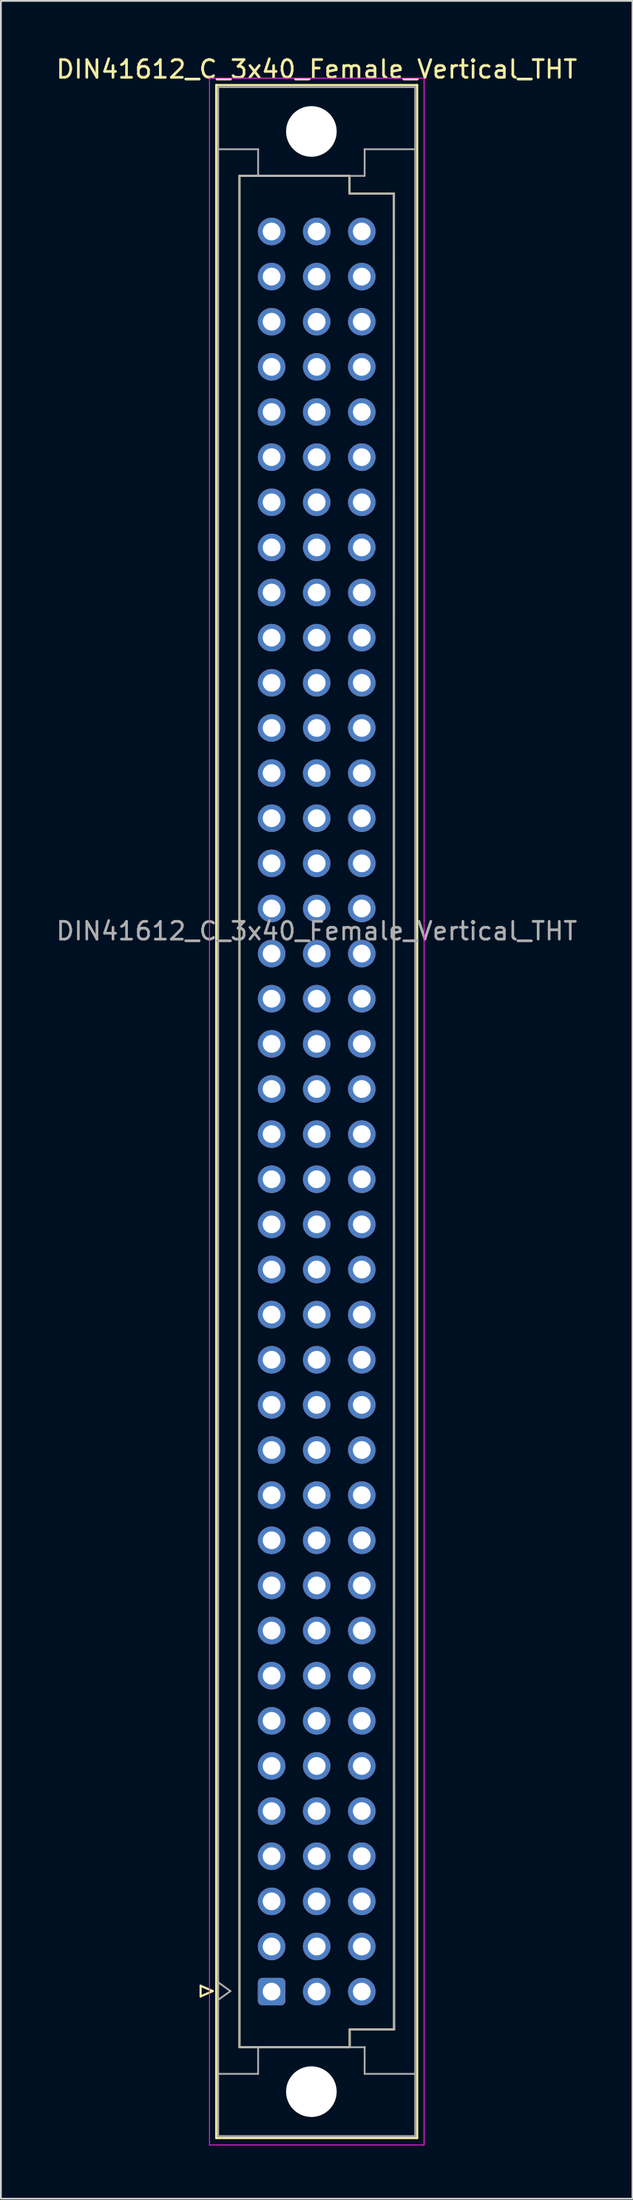
<source format=kicad_pcb>
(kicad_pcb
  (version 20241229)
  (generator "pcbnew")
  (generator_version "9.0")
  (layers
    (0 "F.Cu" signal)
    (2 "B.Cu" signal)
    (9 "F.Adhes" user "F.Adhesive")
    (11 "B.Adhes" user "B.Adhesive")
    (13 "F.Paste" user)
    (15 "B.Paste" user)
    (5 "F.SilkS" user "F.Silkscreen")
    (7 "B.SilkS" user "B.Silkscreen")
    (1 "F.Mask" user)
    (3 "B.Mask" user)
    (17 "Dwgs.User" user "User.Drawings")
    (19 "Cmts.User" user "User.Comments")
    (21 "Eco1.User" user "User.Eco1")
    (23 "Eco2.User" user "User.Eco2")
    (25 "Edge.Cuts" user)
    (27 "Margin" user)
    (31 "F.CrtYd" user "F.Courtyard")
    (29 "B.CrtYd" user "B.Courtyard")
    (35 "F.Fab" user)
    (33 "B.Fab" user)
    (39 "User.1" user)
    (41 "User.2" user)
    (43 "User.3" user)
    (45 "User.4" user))
  (footprint "DIN41612_C_3x40_Female_Vertical_THT"
    (layer "F.Cu")
    (at 12.252 9.978)
    (property "Reference" "DIN41612_C_3x40_Female_Vertical_THT" (at 2.54 -9.13 0) (layer "F.SilkS") (effects (font (size 1 1) (thickness 0.15))))
    (attr through_hole)
    (fp_line (start -4 98.73) (end -4 99.33) (stroke (width 0.12) (type solid)) (layer "F.SilkS"))
    (fp_line (start -4 99.33) (end -3.32 99.03) (stroke (width 0.12) (type solid)) (layer "F.SilkS"))
    (fp_line (start -3.32 99.03) (end -4 98.73) (stroke (width 0.12) (type solid)) (layer "F.SilkS"))
    (fp_line (start -3.12 -8.24) (end 8.2 -8.24) (stroke (width 0.12) (type solid)) (layer "F.SilkS"))
    (fp_line (start -3.12 107.3) (end -3.12 -8.24) (stroke (width 0.12) (type solid)) (layer "F.SilkS"))
    (fp_line (start -1.81 -3.131) (end 4.39 -3.131) (stroke (width 0.12) (type solid)) (layer "F.SilkS"))
    (fp_line (start -1.81 102.19) (end -1.81 -3.131) (stroke (width 0.12) (type solid)) (layer "F.SilkS"))
    (fp_line (start 4.39 -3.131) (end 4.39 -2.131) (stroke (width 0.12) (type solid)) (layer "F.SilkS"))
    (fp_line (start 4.39 -2.131) (end 6.89 -2.131) (stroke (width 0.12) (type solid)) (layer "F.SilkS"))
    (fp_line (start 4.39 102.19) (end -1.81 102.19) (stroke (width 0.12) (type solid)) (layer "F.SilkS"))
    (fp_line (start 4.4 101.19) (end 4.4 102.19) (stroke (width 0.12) (type solid)) (layer "F.SilkS"))
    (fp_line (start 6.89 -2.131) (end 6.9 101.19) (stroke (width 0.12) (type solid)) (layer "F.SilkS"))
    (fp_line (start 6.9 101.19) (end 4.4 101.19) (stroke (width 0.12) (type solid)) (layer "F.SilkS"))
    (fp_line (start 8.2 -8.24) (end 8.2 107.3) (stroke (width 0.12) (type solid)) (layer "F.SilkS"))
    (fp_line (start 8.2 107.3) (end -3.12 107.3) (stroke (width 0.12) (type solid)) (layer "F.SilkS"))
    (fp_line (start -3.5 -8.63) (end 8.59 -8.63) (stroke (width 0.05) (type solid)) (layer "F.CrtYd"))
    (fp_line (start -3.5 107.69) (end -3.5 -8.63) (stroke (width 0.05) (type solid)) (layer "F.CrtYd"))
    (fp_line (start 8.59 -8.63) (end 8.59 107.69) (stroke (width 0.05) (type solid)) (layer "F.CrtYd"))
    (fp_line (start 8.59 107.69) (end -3.5 107.69) (stroke (width 0.05) (type solid)) (layer "F.CrtYd"))
    (fp_line (start -3.02 98.53) (end -2.32 99.03) (stroke (width 0.1) (type solid)) (layer "F.Fab"))
    (fp_line (start -3.01 -8.13) (end 8.09 -8.13) (stroke (width 0.1) (type solid)) (layer "F.Fab"))
    (fp_line (start -3.01 -4.63) (end -0.76 -4.63) (stroke (width 0.1) (type solid)) (layer "F.Fab"))
    (fp_line (start -3.01 103.69) (end -0.76 103.69) (stroke (width 0.1) (type solid)) (layer "F.Fab"))
    (fp_line (start -3.01 107.19) (end -3.01 -8.13) (stroke (width 0.1) (type solid)) (layer "F.Fab"))
    (fp_line (start -2.32 99.03) (end -3.02 99.53) (stroke (width 0.1) (type solid)) (layer "F.Fab"))
    (fp_line (start -1.81 -3.13) (end 4.39 -3.13) (stroke (width 0.1) (type solid)) (layer "F.Fab"))
    (fp_line (start -1.81 102.19) (end -1.81 -3.13) (stroke (width 0.1) (type solid)) (layer "F.Fab"))
    (fp_line (start -0.76 -4.63) (end -0.76 -3.13) (stroke (width 0.1) (type solid)) (layer "F.Fab"))
    (fp_line (start -0.76 103.69) (end -0.76 102.19) (stroke (width 0.1) (type solid)) (layer "F.Fab"))
    (fp_line (start 4.39 -3.13) (end 4.39 -2.13) (stroke (width 0.1) (type solid)) (layer "F.Fab"))
    (fp_line (start 4.39 -3.13) (end 5.24 -3.13) (stroke (width 0.1) (type solid)) (layer "F.Fab"))
    (fp_line (start 4.39 -2.13) (end 6.89 -2.13) (stroke (width 0.1) (type solid)) (layer "F.Fab"))
    (fp_line (start 4.39 102.19) (end -1.81 102.19) (stroke (width 0.1) (type solid)) (layer "F.Fab"))
    (fp_line (start 4.4 101.19) (end 4.4 102.19) (stroke (width 0.1) (type solid)) (layer "F.Fab"))
    (fp_line (start 4.4 102.19) (end 5.25 102.19) (stroke (width 0.1) (type solid)) (layer "F.Fab"))
    (fp_line (start 5.24 -4.63) (end 8.09 -4.63) (stroke (width 0.1) (type solid)) (layer "F.Fab"))
    (fp_line (start 5.24 -3.13) (end 5.24 -4.63) (stroke (width 0.1) (type solid)) (layer "F.Fab"))
    (fp_line (start 5.24 102.18) (end 5.24 103.68) (stroke (width 0.1) (type solid)) (layer "F.Fab"))
    (fp_line (start 5.24 103.69) (end 8.09 103.69) (stroke (width 0.1) (type solid)) (layer "F.Fab"))
    (fp_line (start 6.89 -2.13) (end 6.9 101.19) (stroke (width 0.1) (type solid)) (layer "F.Fab"))
    (fp_line (start 6.9 101.19) (end 4.4 101.19) (stroke (width 0.1) (type solid)) (layer "F.Fab"))
    (fp_line (start 8.09 -8.13) (end 8.09 107.19) (stroke (width 0.1) (type solid)) (layer "F.Fab"))
    (fp_line (start 8.09 107.19) (end -3.01 107.19) (stroke (width 0.1) (type solid)) (layer "F.Fab"))
    (fp_text user "${REFERENCE}" (at 2.54 39.37 0) (layer "F.Fab") (effects (font (size 1 1) (thickness 0.15))))
    (pad "" np_thru_hole circle (at 2.24 -5.63) (size 2.85 2.85) (drill 2.85) (layers "*.Cu" "*.Mask"))
    (pad "" np_thru_hole circle (at 2.24 104.69) (size 2.85 2.85) (drill 2.85) (layers "*.Cu" "*.Mask"))
    (pad "a1" thru_hole roundrect (at 0 99.06) (size 1.55 1.55) (drill 1) (layers "*.Cu" "*.Mask") (roundrect_rratio 0.161))
    (pad "a2" thru_hole circle (at 0 96.52) (size 1.55 1.55) (drill 1) (layers "*.Cu" "*.Mask"))
    (pad "a3" thru_hole circle (at 0 93.98) (size 1.55 1.55) (drill 1) (layers "*.Cu" "*.Mask"))
    (pad "a4" thru_hole circle (at 0 91.44) (size 1.55 1.55) (drill 1) (layers "*.Cu" "*.Mask"))
    (pad "a5" thru_hole circle (at 0 88.9) (size 1.55 1.55) (drill 1) (layers "*.Cu" "*.Mask"))
    (pad "a6" thru_hole circle (at 0 86.36) (size 1.55 1.55) (drill 1) (layers "*.Cu" "*.Mask"))
    (pad "a7" thru_hole circle (at 0 83.82) (size 1.55 1.55) (drill 1) (layers "*.Cu" "*.Mask"))
    (pad "a8" thru_hole circle (at 0 81.28) (size 1.55 1.55) (drill 1) (layers "*.Cu" "*.Mask"))
    (pad "a9" thru_hole circle (at 0 78.74) (size 1.55 1.55) (drill 1) (layers "*.Cu" "*.Mask"))
    (pad "a10" thru_hole circle (at 0 76.2) (size 1.55 1.55) (drill 1) (layers "*.Cu" "*.Mask"))
    (pad "a11" thru_hole circle (at 0 73.66) (size 1.55 1.55) (drill 1) (layers "*.Cu" "*.Mask"))
    (pad "a12" thru_hole circle (at 0 71.12) (size 1.55 1.55) (drill 1) (layers "*.Cu" "*.Mask"))
    (pad "a13" thru_hole circle (at 0 68.58) (size 1.55 1.55) (drill 1) (layers "*.Cu" "*.Mask"))
    (pad "a14" thru_hole circle (at 0 66.04) (size 1.55 1.55) (drill 1) (layers "*.Cu" "*.Mask"))
    (pad "a15" thru_hole circle (at 0 63.5) (size 1.55 1.55) (drill 1) (layers "*.Cu" "*.Mask"))
    (pad "a16" thru_hole circle (at 0 60.96) (size 1.55 1.55) (drill 1) (layers "*.Cu" "*.Mask"))
    (pad "a17" thru_hole circle (at 0 58.42) (size 1.55 1.55) (drill 1) (layers "*.Cu" "*.Mask"))
    (pad "a18" thru_hole circle (at 0 55.88) (size 1.55 1.55) (drill 1) (layers "*.Cu" "*.Mask"))
    (pad "a19" thru_hole circle (at 0 53.34) (size 1.55 1.55) (drill 1) (layers "*.Cu" "*.Mask"))
    (pad "a20" thru_hole circle (at 0 50.8) (size 1.55 1.55) (drill 1) (layers "*.Cu" "*.Mask"))
    (pad "a21" thru_hole circle (at 0 48.26) (size 1.55 1.55) (drill 1) (layers "*.Cu" "*.Mask"))
    (pad "a22" thru_hole circle (at 0 45.72) (size 1.55 1.55) (drill 1) (layers "*.Cu" "*.Mask"))
    (pad "a23" thru_hole circle (at 0 43.18) (size 1.55 1.55) (drill 1) (layers "*.Cu" "*.Mask"))
    (pad "a24" thru_hole circle (at 0 40.64) (size 1.55 1.55) (drill 1) (layers "*.Cu" "*.Mask"))
    (pad "a25" thru_hole circle (at 0 38.1) (size 1.55 1.55) (drill 1) (layers "*.Cu" "*.Mask"))
    (pad "a26" thru_hole circle (at 0 35.56) (size 1.55 1.55) (drill 1) (layers "*.Cu" "*.Mask"))
    (pad "a27" thru_hole circle (at 0 33.02) (size 1.55 1.55) (drill 1) (layers "*.Cu" "*.Mask"))
    (pad "a28" thru_hole circle (at 0 30.48) (size 1.55 1.55) (drill 1) (layers "*.Cu" "*.Mask"))
    (pad "a29" thru_hole circle (at 0 27.94) (size 1.55 1.55) (drill 1) (layers "*.Cu" "*.Mask"))
    (pad "a30" thru_hole circle (at 0 25.4) (size 1.55 1.55) (drill 1) (layers "*.Cu" "*.Mask"))
    (pad "a31" thru_hole circle (at 0 22.86) (size 1.55 1.55) (drill 1) (layers "*.Cu" "*.Mask"))
    (pad "a32" thru_hole circle (at 0 20.32) (size 1.55 1.55) (drill 1) (layers "*.Cu" "*.Mask"))
    (pad "a33" thru_hole circle (at 0 17.78) (size 1.55 1.55) (drill 1) (layers "*.Cu" "*.Mask"))
    (pad "a34" thru_hole circle (at 0 15.24) (size 1.55 1.55) (drill 1) (layers "*.Cu" "*.Mask"))
    (pad "a35" thru_hole circle (at 0 12.7) (size 1.55 1.55) (drill 1) (layers "*.Cu" "*.Mask"))
    (pad "a36" thru_hole circle (at 0 10.16) (size 1.55 1.55) (drill 1) (layers "*.Cu" "*.Mask"))
    (pad "a37" thru_hole circle (at 0 7.62) (size 1.55 1.55) (drill 1) (layers "*.Cu" "*.Mask"))
    (pad "a38" thru_hole circle (at 0 5.08) (size 1.55 1.55) (drill 1) (layers "*.Cu" "*.Mask"))
    (pad "a39" thru_hole circle (at 0 2.54) (size 1.55 1.55) (drill 1) (layers "*.Cu" "*.Mask"))
    (pad "a40" thru_hole circle (at 0 0) (size 1.55 1.55) (drill 1) (layers "*.Cu" "*.Mask"))
    (pad "b1" thru_hole circle (at 2.54 99.06) (size 1.55 1.55) (drill 1) (layers "*.Cu" "*.Mask"))
    (pad "b2" thru_hole circle (at 2.54 96.52) (size 1.55 1.55) (drill 1) (layers "*.Cu" "*.Mask"))
    (pad "b3" thru_hole circle (at 2.54 93.98) (size 1.55 1.55) (drill 1) (layers "*.Cu" "*.Mask"))
    (pad "b4" thru_hole circle (at 2.54 91.44) (size 1.55 1.55) (drill 1) (layers "*.Cu" "*.Mask"))
    (pad "b5" thru_hole circle (at 2.54 88.9) (size 1.55 1.55) (drill 1) (layers "*.Cu" "*.Mask"))
    (pad "b6" thru_hole circle (at 2.54 86.36) (size 1.55 1.55) (drill 1) (layers "*.Cu" "*.Mask"))
    (pad "b7" thru_hole circle (at 2.54 83.82) (size 1.55 1.55) (drill 1) (layers "*.Cu" "*.Mask"))
    (pad "b8" thru_hole circle (at 2.54 81.28) (size 1.55 1.55) (drill 1) (layers "*.Cu" "*.Mask"))
    (pad "b9" thru_hole circle (at 2.54 78.74) (size 1.55 1.55) (drill 1) (layers "*.Cu" "*.Mask"))
    (pad "b10" thru_hole circle (at 2.54 76.2) (size 1.55 1.55) (drill 1) (layers "*.Cu" "*.Mask"))
    (pad "b11" thru_hole circle (at 2.54 73.66) (size 1.55 1.55) (drill 1) (layers "*.Cu" "*.Mask"))
    (pad "b12" thru_hole circle (at 2.54 71.12) (size 1.55 1.55) (drill 1) (layers "*.Cu" "*.Mask"))
    (pad "b13" thru_hole circle (at 2.54 68.58) (size 1.55 1.55) (drill 1) (layers "*.Cu" "*.Mask"))
    (pad "b14" thru_hole circle (at 2.54 66.04) (size 1.55 1.55) (drill 1) (layers "*.Cu" "*.Mask"))
    (pad "b15" thru_hole circle (at 2.54 63.5) (size 1.55 1.55) (drill 1) (layers "*.Cu" "*.Mask"))
    (pad "b16" thru_hole circle (at 2.54 60.96) (size 1.55 1.55) (drill 1) (layers "*.Cu" "*.Mask"))
    (pad "b17" thru_hole circle (at 2.54 58.42) (size 1.55 1.55) (drill 1) (layers "*.Cu" "*.Mask"))
    (pad "b18" thru_hole circle (at 2.54 55.88) (size 1.55 1.55) (drill 1) (layers "*.Cu" "*.Mask"))
    (pad "b19" thru_hole circle (at 2.54 53.34) (size 1.55 1.55) (drill 1) (layers "*.Cu" "*.Mask"))
    (pad "b20" thru_hole circle (at 2.54 50.8) (size 1.55 1.55) (drill 1) (layers "*.Cu" "*.Mask"))
    (pad "b21" thru_hole circle (at 2.54 48.26) (size 1.55 1.55) (drill 1) (layers "*.Cu" "*.Mask"))
    (pad "b22" thru_hole circle (at 2.54 45.72) (size 1.55 1.55) (drill 1) (layers "*.Cu" "*.Mask"))
    (pad "b23" thru_hole circle (at 2.54 43.18) (size 1.55 1.55) (drill 1) (layers "*.Cu" "*.Mask"))
    (pad "b24" thru_hole circle (at 2.54 40.64) (size 1.55 1.55) (drill 1) (layers "*.Cu" "*.Mask"))
    (pad "b25" thru_hole circle (at 2.54 38.1) (size 1.55 1.55) (drill 1) (layers "*.Cu" "*.Mask"))
    (pad "b26" thru_hole circle (at 2.54 35.56) (size 1.55 1.55) (drill 1) (layers "*.Cu" "*.Mask"))
    (pad "b27" thru_hole circle (at 2.54 33.02) (size 1.55 1.55) (drill 1) (layers "*.Cu" "*.Mask"))
    (pad "b28" thru_hole circle (at 2.54 30.48) (size 1.55 1.55) (drill 1) (layers "*.Cu" "*.Mask"))
    (pad "b29" thru_hole circle (at 2.54 27.94) (size 1.55 1.55) (drill 1) (layers "*.Cu" "*.Mask"))
    (pad "b30" thru_hole circle (at 2.54 25.4) (size 1.55 1.55) (drill 1) (layers "*.Cu" "*.Mask"))
    (pad "b31" thru_hole circle (at 2.54 22.86) (size 1.55 1.55) (drill 1) (layers "*.Cu" "*.Mask"))
    (pad "b32" thru_hole circle (at 2.54 20.32) (size 1.55 1.55) (drill 1) (layers "*.Cu" "*.Mask"))
    (pad "b33" thru_hole circle (at 2.54 17.78) (size 1.55 1.55) (drill 1) (layers "*.Cu" "*.Mask"))
    (pad "b34" thru_hole circle (at 2.54 15.24) (size 1.55 1.55) (drill 1) (layers "*.Cu" "*.Mask"))
    (pad "b35" thru_hole circle (at 2.54 12.7) (size 1.55 1.55) (drill 1) (layers "*.Cu" "*.Mask"))
    (pad "b36" thru_hole circle (at 2.54 10.16) (size 1.55 1.55) (drill 1) (layers "*.Cu" "*.Mask"))
    (pad "b37" thru_hole circle (at 2.54 7.62) (size 1.55 1.55) (drill 1) (layers "*.Cu" "*.Mask"))
    (pad "b38" thru_hole circle (at 2.54 5.08) (size 1.55 1.55) (drill 1) (layers "*.Cu" "*.Mask"))
    (pad "b39" thru_hole circle (at 2.54 2.54) (size 1.55 1.55) (drill 1) (layers "*.Cu" "*.Mask"))
    (pad "b40" thru_hole circle (at 2.54 0) (size 1.55 1.55) (drill 1) (layers "*.Cu" "*.Mask"))
    (pad "c1" thru_hole circle (at 5.08 99.06) (size 1.55 1.55) (drill 1) (layers "*.Cu" "*.Mask"))
    (pad "c2" thru_hole circle (at 5.08 96.52) (size 1.55 1.55) (drill 1) (layers "*.Cu" "*.Mask"))
    (pad "c3" thru_hole circle (at 5.08 93.98) (size 1.55 1.55) (drill 1) (layers "*.Cu" "*.Mask"))
    (pad "c4" thru_hole circle (at 5.08 91.44) (size 1.55 1.55) (drill 1) (layers "*.Cu" "*.Mask"))
    (pad "c5" thru_hole circle (at 5.08 88.9) (size 1.55 1.55) (drill 1) (layers "*.Cu" "*.Mask"))
    (pad "c6" thru_hole circle (at 5.08 86.36) (size 1.55 1.55) (drill 1) (layers "*.Cu" "*.Mask"))
    (pad "c7" thru_hole circle (at 5.08 83.82) (size 1.55 1.55) (drill 1) (layers "*.Cu" "*.Mask"))
    (pad "c8" thru_hole circle (at 5.08 81.28) (size 1.55 1.55) (drill 1) (layers "*.Cu" "*.Mask"))
    (pad "c9" thru_hole circle (at 5.08 78.74) (size 1.55 1.55) (drill 1) (layers "*.Cu" "*.Mask"))
    (pad "c10" thru_hole circle (at 5.08 76.2) (size 1.55 1.55) (drill 1) (layers "*.Cu" "*.Mask"))
    (pad "c11" thru_hole circle (at 5.08 73.66) (size 1.55 1.55) (drill 1) (layers "*.Cu" "*.Mask"))
    (pad "c12" thru_hole circle (at 5.08 71.12) (size 1.55 1.55) (drill 1) (layers "*.Cu" "*.Mask"))
    (pad "c13" thru_hole circle (at 5.08 68.58) (size 1.55 1.55) (drill 1) (layers "*.Cu" "*.Mask"))
    (pad "c14" thru_hole circle (at 5.08 66.04) (size 1.55 1.55) (drill 1) (layers "*.Cu" "*.Mask"))
    (pad "c15" thru_hole circle (at 5.08 63.5) (size 1.55 1.55) (drill 1) (layers "*.Cu" "*.Mask"))
    (pad "c16" thru_hole circle (at 5.08 60.96) (size 1.55 1.55) (drill 1) (layers "*.Cu" "*.Mask"))
    (pad "c17" thru_hole circle (at 5.08 58.42) (size 1.55 1.55) (drill 1) (layers "*.Cu" "*.Mask"))
    (pad "c18" thru_hole circle (at 5.08 55.88) (size 1.55 1.55) (drill 1) (layers "*.Cu" "*.Mask"))
    (pad "c19" thru_hole circle (at 5.08 53.34) (size 1.55 1.55) (drill 1) (layers "*.Cu" "*.Mask"))
    (pad "c20" thru_hole circle (at 5.08 50.8) (size 1.55 1.55) (drill 1) (layers "*.Cu" "*.Mask"))
    (pad "c21" thru_hole circle (at 5.08 48.26) (size 1.55 1.55) (drill 1) (layers "*.Cu" "*.Mask"))
    (pad "c22" thru_hole circle (at 5.08 45.72) (size 1.55 1.55) (drill 1) (layers "*.Cu" "*.Mask"))
    (pad "c23" thru_hole circle (at 5.08 43.18) (size 1.55 1.55) (drill 1) (layers "*.Cu" "*.Mask"))
    (pad "c24" thru_hole circle (at 5.08 40.64) (size 1.55 1.55) (drill 1) (layers "*.Cu" "*.Mask"))
    (pad "c25" thru_hole circle (at 5.08 38.1) (size 1.55 1.55) (drill 1) (layers "*.Cu" "*.Mask"))
    (pad "c26" thru_hole circle (at 5.08 35.56) (size 1.55 1.55) (drill 1) (layers "*.Cu" "*.Mask"))
    (pad "c27" thru_hole circle (at 5.08 33.02) (size 1.55 1.55) (drill 1) (layers "*.Cu" "*.Mask"))
    (pad "c28" thru_hole circle (at 5.08 30.48) (size 1.55 1.55) (drill 1) (layers "*.Cu" "*.Mask"))
    (pad "c29" thru_hole circle (at 5.08 27.94) (size 1.55 1.55) (drill 1) (layers "*.Cu" "*.Mask"))
    (pad "c30" thru_hole circle (at 5.08 25.4) (size 1.55 1.55) (drill 1) (layers "*.Cu" "*.Mask"))
    (pad "c31" thru_hole circle (at 5.08 22.86) (size 1.55 1.55) (drill 1) (layers "*.Cu" "*.Mask"))
    (pad "c32" thru_hole circle (at 5.08 20.32) (size 1.55 1.55) (drill 1) (layers "*.Cu" "*.Mask"))
    (pad "c33" thru_hole circle (at 5.08 17.78) (size 1.55 1.55) (drill 1) (layers "*.Cu" "*.Mask"))
    (pad "c34" thru_hole circle (at 5.08 15.24) (size 1.55 1.55) (drill 1) (layers "*.Cu" "*.Mask"))
    (pad "c35" thru_hole circle (at 5.08 12.7) (size 1.55 1.55) (drill 1) (layers "*.Cu" "*.Mask"))
    (pad "c36" thru_hole circle (at 5.08 10.16) (size 1.55 1.55) (drill 1) (layers "*.Cu" "*.Mask"))
    (pad "c37" thru_hole circle (at 5.08 7.62) (size 1.55 1.55) (drill 1) (layers "*.Cu" "*.Mask"))
    (pad "c38" thru_hole circle (at 5.08 5.08) (size 1.55 1.55) (drill 1) (layers "*.Cu" "*.Mask"))
    (pad "c39" thru_hole circle (at 5.08 2.54) (size 1.55 1.55) (drill 1) (layers "*.Cu" "*.Mask"))
    (pad "c40" thru_hole circle (at 5.08 0) (size 1.55 1.55) (drill 1) (layers "*.Cu" "*.Mask")))
  (gr_rect
    (start -3 -3)
    (end 32.583 120.693)
    (stroke (width 0.1) (type default))
    (fill no)
    (layer "Edge.Cuts")))
</source>
